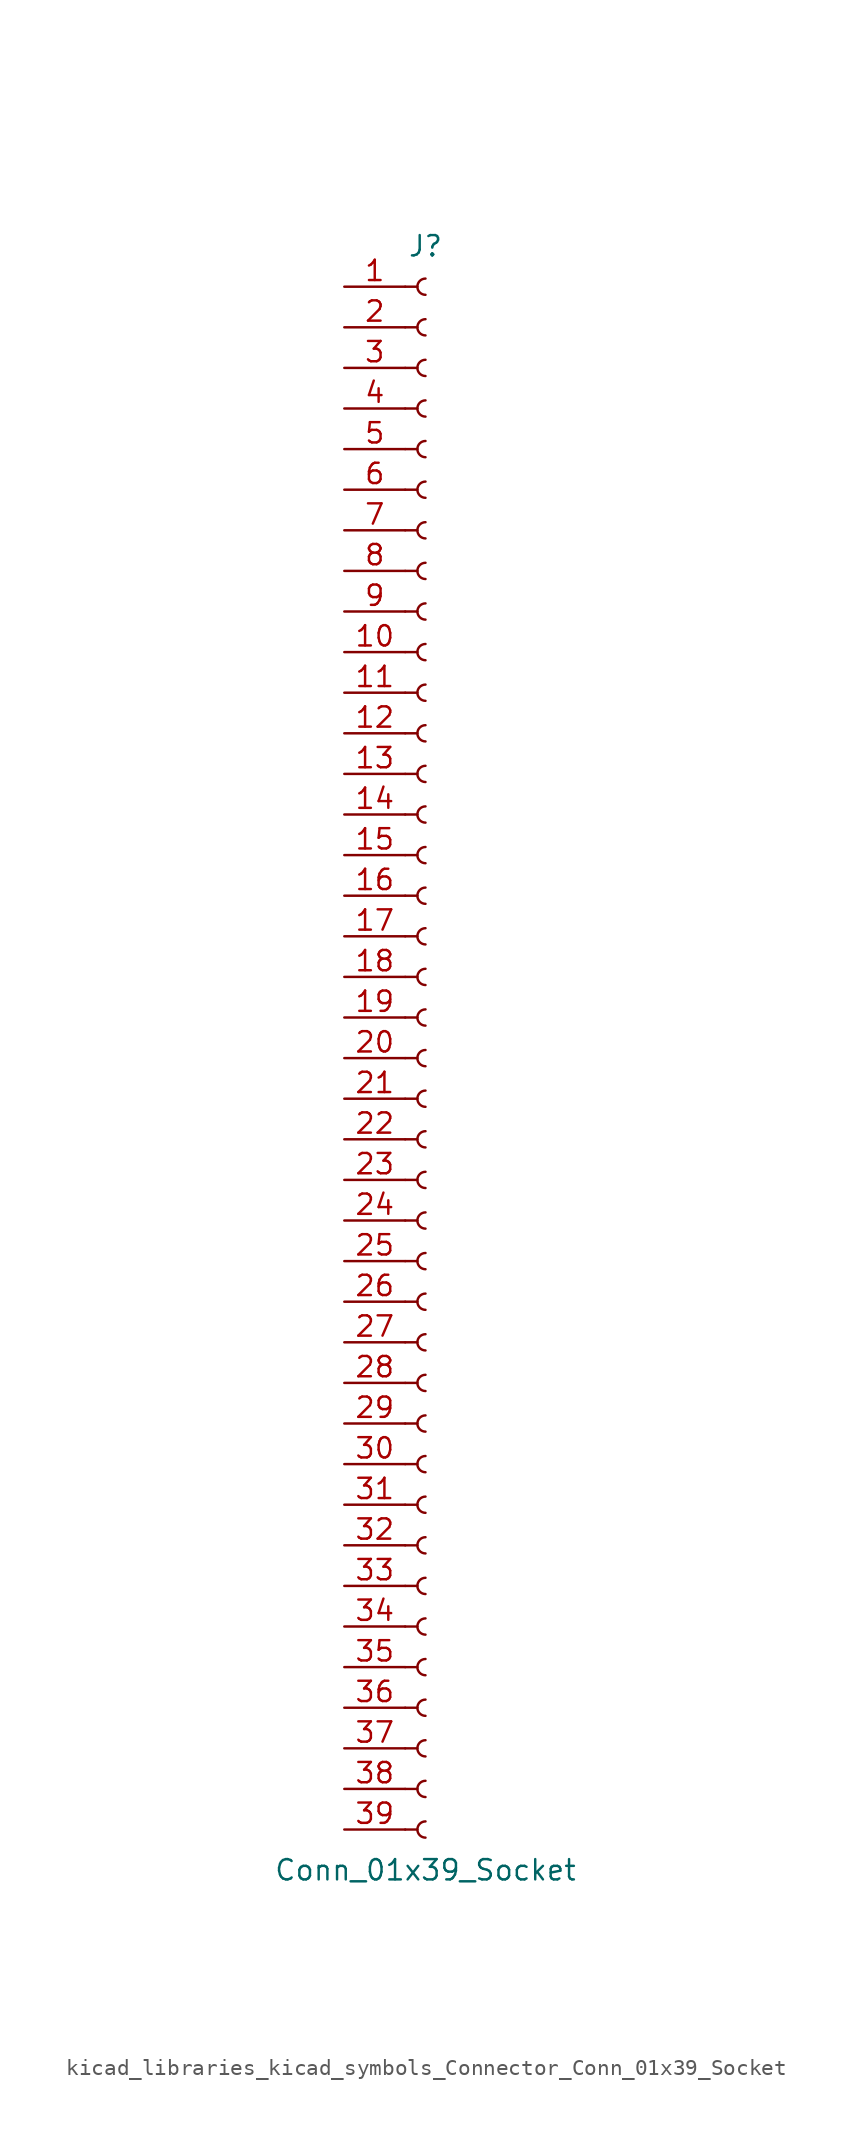
<source format=kicad_sym>
(kicad_symbol_lib
  (version 20220914)
  (generator kicad_symbol_editor)
  (symbol "kicad_libraries_kicad_symbols_Connector_Conn_01x39_Socket"
    (pin_names
      (offset 1.016) hide)
    (property "Reference" "J"
      (at 0 50.8 0)
      (effects (font (size 1.27 1.27))))
    (property "Value" "Conn_01x39_Socket"
      (at 0 -50.8 0)
      (effects (font (size 1.27 1.27))))
    (property "ki_locked" ""
      (at 0 0 0)
      (effects (font (size 1.27 1.27))))
    (symbol "kicad_libraries_kicad_symbols_Connector_Conn_01x39_Socket_1_1"
      (arc (start 0 -47.752) (mid -0.5058 -48.26) (end 0 -48.768) (stroke (width 0.1524) (type default)) (fill (type none)))
      (arc (start 0 -45.212) (mid -0.5058 -45.72) (end 0 -46.228) (stroke (width 0.1524) (type default)) (fill (type none)))
      (arc (start 0 -42.672) (mid -0.5058 -43.18) (end 0 -43.688) (stroke (width 0.1524) (type default)) (fill (type none)))
      (arc (start 0 -40.132) (mid -0.5058 -40.64) (end 0 -41.148) (stroke (width 0.1524) (type default)) (fill (type none)))
      (arc (start 0 -37.592) (mid -0.5058 -38.1) (end 0 -38.608) (stroke (width 0.1524) (type default)) (fill (type none)))
      (arc (start 0 -35.052) (mid -0.5058 -35.56) (end 0 -36.068) (stroke (width 0.1524) (type default)) (fill (type none)))
      (arc (start 0 -32.512) (mid -0.5058 -33.02) (end 0 -33.528) (stroke (width 0.1524) (type default)) (fill (type none)))
      (arc (start 0 -29.972) (mid -0.5058 -30.48) (end 0 -30.988) (stroke (width 0.1524) (type default)) (fill (type none)))
      (arc (start 0 -27.432) (mid -0.5058 -27.94) (end 0 -28.448) (stroke (width 0.1524) (type default)) (fill (type none)))
      (arc (start 0 -24.892) (mid -0.5058 -25.4) (end 0 -25.908) (stroke (width 0.1524) (type default)) (fill (type none)))
      (arc (start 0 -22.352) (mid -0.5058 -22.86) (end 0 -23.368) (stroke (width 0.1524) (type default)) (fill (type none)))
      (arc (start 0 -19.812) (mid -0.5058 -20.32) (end 0 -20.828) (stroke (width 0.1524) (type default)) (fill (type none)))
      (arc (start 0 -17.272) (mid -0.5058 -17.78) (end 0 -18.288) (stroke (width 0.1524) (type default)) (fill (type none)))
      (arc (start 0 -14.732) (mid -0.5058 -15.24) (end 0 -15.748) (stroke (width 0.1524) (type default)) (fill (type none)))
      (arc (start 0 -12.192) (mid -0.5058 -12.7) (end 0 -13.208) (stroke (width 0.1524) (type default)) (fill (type none)))
      (arc (start 0 -9.652) (mid -0.5058 -10.16) (end 0 -10.668) (stroke (width 0.1524) (type default)) (fill (type none)))
      (arc (start 0 -7.112) (mid -0.5058 -7.62) (end 0 -8.128) (stroke (width 0.1524) (type default)) (fill (type none)))
      (arc (start 0 -4.572) (mid -0.5058 -5.08) (end 0 -5.588) (stroke (width 0.1524) (type default)) (fill (type none)))
      (arc (start 0 -2.032) (mid -0.5058 -2.54) (end 0 -3.048) (stroke (width 0.1524) (type default)) (fill (type none)))
      (polyline (pts (xy -1.27 -48.26) (xy -0.508 -48.26)) (stroke (width 0.152) (type default)) (fill (type none)))
      (polyline (pts (xy -1.27 -45.72) (xy -0.508 -45.72)) (stroke (width 0.152) (type default)) (fill (type none)))
      (polyline (pts (xy -1.27 -43.18) (xy -0.508 -43.18)) (stroke (width 0.152) (type default)) (fill (type none)))
      (polyline (pts (xy -1.27 -40.64) (xy -0.508 -40.64)) (stroke (width 0.152) (type default)) (fill (type none)))
      (polyline (pts (xy -1.27 -38.1) (xy -0.508 -38.1)) (stroke (width 0.152) (type default)) (fill (type none)))
      (polyline (pts (xy -1.27 -35.56) (xy -0.508 -35.56)) (stroke (width 0.152) (type default)) (fill (type none)))
      (polyline (pts (xy -1.27 -33.02) (xy -0.508 -33.02)) (stroke (width 0.152) (type default)) (fill (type none)))
      (polyline (pts (xy -1.27 -30.48) (xy -0.508 -30.48)) (stroke (width 0.152) (type default)) (fill (type none)))
      (polyline (pts (xy -1.27 -27.94) (xy -0.508 -27.94)) (stroke (width 0.152) (type default)) (fill (type none)))
      (polyline (pts (xy -1.27 -25.4) (xy -0.508 -25.4)) (stroke (width 0.152) (type default)) (fill (type none)))
      (polyline (pts (xy -1.27 -22.86) (xy -0.508 -22.86)) (stroke (width 0.152) (type default)) (fill (type none)))
      (polyline (pts (xy -1.27 -20.32) (xy -0.508 -20.32)) (stroke (width 0.152) (type default)) (fill (type none)))
      (polyline (pts (xy -1.27 -17.78) (xy -0.508 -17.78)) (stroke (width 0.152) (type default)) (fill (type none)))
      (polyline (pts (xy -1.27 -15.24) (xy -0.508 -15.24)) (stroke (width 0.152) (type default)) (fill (type none)))
      (polyline (pts (xy -1.27 -12.7) (xy -0.508 -12.7)) (stroke (width 0.152) (type default)) (fill (type none)))
      (polyline (pts (xy -1.27 -10.16) (xy -0.508 -10.16)) (stroke (width 0.152) (type default)) (fill (type none)))
      (polyline (pts (xy -1.27 -7.62) (xy -0.508 -7.62)) (stroke (width 0.152) (type default)) (fill (type none)))
      (polyline (pts (xy -1.27 -5.08) (xy -0.508 -5.08)) (stroke (width 0.152) (type default)) (fill (type none)))
      (polyline (pts (xy -1.27 -2.54) (xy -0.508 -2.54)) (stroke (width 0.152) (type default)) (fill (type none)))
      (polyline (pts (xy -1.27 0) (xy -0.508 0)) (stroke (width 0.152) (type default)) (fill (type none)))
      (polyline (pts (xy -1.27 2.54) (xy -0.508 2.54)) (stroke (width 0.152) (type default)) (fill (type none)))
      (polyline (pts (xy -1.27 5.08) (xy -0.508 5.08)) (stroke (width 0.152) (type default)) (fill (type none)))
      (polyline (pts (xy -1.27 7.62) (xy -0.508 7.62)) (stroke (width 0.152) (type default)) (fill (type none)))
      (polyline (pts (xy -1.27 10.16) (xy -0.508 10.16)) (stroke (width 0.152) (type default)) (fill (type none)))
      (polyline (pts (xy -1.27 12.7) (xy -0.508 12.7)) (stroke (width 0.152) (type default)) (fill (type none)))
      (polyline (pts (xy -1.27 15.24) (xy -0.508 15.24)) (stroke (width 0.152) (type default)) (fill (type none)))
      (polyline (pts (xy -1.27 17.78) (xy -0.508 17.78)) (stroke (width 0.152) (type default)) (fill (type none)))
      (polyline (pts (xy -1.27 20.32) (xy -0.508 20.32)) (stroke (width 0.152) (type default)) (fill (type none)))
      (polyline (pts (xy -1.27 22.86) (xy -0.508 22.86)) (stroke (width 0.152) (type default)) (fill (type none)))
      (polyline (pts (xy -1.27 25.4) (xy -0.508 25.4)) (stroke (width 0.152) (type default)) (fill (type none)))
      (polyline (pts (xy -1.27 27.94) (xy -0.508 27.94)) (stroke (width 0.152) (type default)) (fill (type none)))
      (polyline (pts (xy -1.27 30.48) (xy -0.508 30.48)) (stroke (width 0.152) (type default)) (fill (type none)))
      (polyline (pts (xy -1.27 33.02) (xy -0.508 33.02)) (stroke (width 0.152) (type default)) (fill (type none)))
      (polyline (pts (xy -1.27 35.56) (xy -0.508 35.56)) (stroke (width 0.152) (type default)) (fill (type none)))
      (polyline (pts (xy -1.27 38.1) (xy -0.508 38.1)) (stroke (width 0.152) (type default)) (fill (type none)))
      (polyline (pts (xy -1.27 40.64) (xy -0.508 40.64)) (stroke (width 0.152) (type default)) (fill (type none)))
      (polyline (pts (xy -1.27 43.18) (xy -0.508 43.18)) (stroke (width 0.152) (type default)) (fill (type none)))
      (polyline (pts (xy -1.27 45.72) (xy -0.508 45.72)) (stroke (width 0.152) (type default)) (fill (type none)))
      (polyline (pts (xy -1.27 48.26) (xy -0.508 48.26)) (stroke (width 0.152) (type default)) (fill (type none)))
      (arc (start 0 0.508) (mid -0.5058 0) (end 0 -0.508) (stroke (width 0.1524) (type default)) (fill (type none)))
      (arc (start 0 3.048) (mid -0.5058 2.54) (end 0 2.032) (stroke (width 0.1524) (type default)) (fill (type none)))
      (arc (start 0 5.588) (mid -0.5058 5.08) (end 0 4.572) (stroke (width 0.1524) (type default)) (fill (type none)))
      (arc (start 0 8.128) (mid -0.5058 7.62) (end 0 7.112) (stroke (width 0.1524) (type default)) (fill (type none)))
      (arc (start 0 10.668) (mid -0.5058 10.16) (end 0 9.652) (stroke (width 0.1524) (type default)) (fill (type none)))
      (arc (start 0 13.208) (mid -0.5058 12.7) (end 0 12.192) (stroke (width 0.1524) (type default)) (fill (type none)))
      (arc (start 0 15.748) (mid -0.5058 15.24) (end 0 14.732) (stroke (width 0.1524) (type default)) (fill (type none)))
      (arc (start 0 18.288) (mid -0.5058 17.78) (end 0 17.272) (stroke (width 0.1524) (type default)) (fill (type none)))
      (arc (start 0 20.828) (mid -0.5058 20.32) (end 0 19.812) (stroke (width 0.1524) (type default)) (fill (type none)))
      (arc (start 0 23.368) (mid -0.5058 22.86) (end 0 22.352) (stroke (width 0.1524) (type default)) (fill (type none)))
      (arc (start 0 25.908) (mid -0.5058 25.4) (end 0 24.892) (stroke (width 0.1524) (type default)) (fill (type none)))
      (arc (start 0 28.448) (mid -0.5058 27.94) (end 0 27.432) (stroke (width 0.1524) (type default)) (fill (type none)))
      (arc (start 0 30.988) (mid -0.5058 30.48) (end 0 29.972) (stroke (width 0.1524) (type default)) (fill (type none)))
      (arc (start 0 33.528) (mid -0.5058 33.02) (end 0 32.512) (stroke (width 0.1524) (type default)) (fill (type none)))
      (arc (start 0 36.068) (mid -0.5058 35.56) (end 0 35.052) (stroke (width 0.1524) (type default)) (fill (type none)))
      (arc (start 0 38.608) (mid -0.5058 38.1) (end 0 37.592) (stroke (width 0.1524) (type default)) (fill (type none)))
      (arc (start 0 41.148) (mid -0.5058 40.64) (end 0 40.132) (stroke (width 0.1524) (type default)) (fill (type none)))
      (arc (start 0 43.688) (mid -0.5058 43.18) (end 0 42.672) (stroke (width 0.1524) (type default)) (fill (type none)))
      (arc (start 0 46.228) (mid -0.5058 45.72) (end 0 45.212) (stroke (width 0.1524) (type default)) (fill (type none)))
      (arc (start 0 48.768) (mid -0.5058 48.26) (end 0 47.752) (stroke (width 0.1524) (type default)) (fill (type none)))
      (pin passive line (at -5.08 48.26 0) (length 3.81) (name "Pin_1" (effects (font (size 1.27 1.27)))) (number "1" (effects (font (size 1.27 1.27)))))
      (pin passive line (at -5.08 25.4 0) (length 3.81) (name "Pin_10" (effects (font (size 1.27 1.27)))) (number "10" (effects (font (size 1.27 1.27)))))
      (pin passive line (at -5.08 22.86 0) (length 3.81) (name "Pin_11" (effects (font (size 1.27 1.27)))) (number "11" (effects (font (size 1.27 1.27)))))
      (pin passive line (at -5.08 20.32 0) (length 3.81) (name "Pin_12" (effects (font (size 1.27 1.27)))) (number "12" (effects (font (size 1.27 1.27)))))
      (pin passive line (at -5.08 17.78 0) (length 3.81) (name "Pin_13" (effects (font (size 1.27 1.27)))) (number "13" (effects (font (size 1.27 1.27)))))
      (pin passive line (at -5.08 15.24 0) (length 3.81) (name "Pin_14" (effects (font (size 1.27 1.27)))) (number "14" (effects (font (size 1.27 1.27)))))
      (pin passive line (at -5.08 12.7 0) (length 3.81) (name "Pin_15" (effects (font (size 1.27 1.27)))) (number "15" (effects (font (size 1.27 1.27)))))
      (pin passive line (at -5.08 10.16 0) (length 3.81) (name "Pin_16" (effects (font (size 1.27 1.27)))) (number "16" (effects (font (size 1.27 1.27)))))
      (pin passive line (at -5.08 7.62 0) (length 3.81) (name "Pin_17" (effects (font (size 1.27 1.27)))) (number "17" (effects (font (size 1.27 1.27)))))
      (pin passive line (at -5.08 5.08 0) (length 3.81) (name "Pin_18" (effects (font (size 1.27 1.27)))) (number "18" (effects (font (size 1.27 1.27)))))
      (pin passive line (at -5.08 2.54 0) (length 3.81) (name "Pin_19" (effects (font (size 1.27 1.27)))) (number "19" (effects (font (size 1.27 1.27)))))
      (pin passive line (at -5.08 45.72 0) (length 3.81) (name "Pin_2" (effects (font (size 1.27 1.27)))) (number "2" (effects (font (size 1.27 1.27)))))
      (pin passive line (at -5.08 0 0) (length 3.81) (name "Pin_20" (effects (font (size 1.27 1.27)))) (number "20" (effects (font (size 1.27 1.27)))))
      (pin passive line (at -5.08 -2.54 0) (length 3.81) (name "Pin_21" (effects (font (size 1.27 1.27)))) (number "21" (effects (font (size 1.27 1.27)))))
      (pin passive line (at -5.08 -5.08 0) (length 3.81) (name "Pin_22" (effects (font (size 1.27 1.27)))) (number "22" (effects (font (size 1.27 1.27)))))
      (pin passive line (at -5.08 -7.62 0) (length 3.81) (name "Pin_23" (effects (font (size 1.27 1.27)))) (number "23" (effects (font (size 1.27 1.27)))))
      (pin passive line (at -5.08 -10.16 0) (length 3.81) (name "Pin_24" (effects (font (size 1.27 1.27)))) (number "24" (effects (font (size 1.27 1.27)))))
      (pin passive line (at -5.08 -12.7 0) (length 3.81) (name "Pin_25" (effects (font (size 1.27 1.27)))) (number "25" (effects (font (size 1.27 1.27)))))
      (pin passive line (at -5.08 -15.24 0) (length 3.81) (name "Pin_26" (effects (font (size 1.27 1.27)))) (number "26" (effects (font (size 1.27 1.27)))))
      (pin passive line (at -5.08 -17.78 0) (length 3.81) (name "Pin_27" (effects (font (size 1.27 1.27)))) (number "27" (effects (font (size 1.27 1.27)))))
      (pin passive line (at -5.08 -20.32 0) (length 3.81) (name "Pin_28" (effects (font (size 1.27 1.27)))) (number "28" (effects (font (size 1.27 1.27)))))
      (pin passive line (at -5.08 -22.86 0) (length 3.81) (name "Pin_29" (effects (font (size 1.27 1.27)))) (number "29" (effects (font (size 1.27 1.27)))))
      (pin passive line (at -5.08 43.18 0) (length 3.81) (name "Pin_3" (effects (font (size 1.27 1.27)))) (number "3" (effects (font (size 1.27 1.27)))))
      (pin passive line (at -5.08 -25.4 0) (length 3.81) (name "Pin_30" (effects (font (size 1.27 1.27)))) (number "30" (effects (font (size 1.27 1.27)))))
      (pin passive line (at -5.08 -27.94 0) (length 3.81) (name "Pin_31" (effects (font (size 1.27 1.27)))) (number "31" (effects (font (size 1.27 1.27)))))
      (pin passive line (at -5.08 -30.48 0) (length 3.81) (name "Pin_32" (effects (font (size 1.27 1.27)))) (number "32" (effects (font (size 1.27 1.27)))))
      (pin passive line (at -5.08 -33.02 0) (length 3.81) (name "Pin_33" (effects (font (size 1.27 1.27)))) (number "33" (effects (font (size 1.27 1.27)))))
      (pin passive line (at -5.08 -35.56 0) (length 3.81) (name "Pin_34" (effects (font (size 1.27 1.27)))) (number "34" (effects (font (size 1.27 1.27)))))
      (pin passive line (at -5.08 -38.1 0) (length 3.81) (name "Pin_35" (effects (font (size 1.27 1.27)))) (number "35" (effects (font (size 1.27 1.27)))))
      (pin passive line (at -5.08 -40.64 0) (length 3.81) (name "Pin_36" (effects (font (size 1.27 1.27)))) (number "36" (effects (font (size 1.27 1.27)))))
      (pin passive line (at -5.08 -43.18 0) (length 3.81) (name "Pin_37" (effects (font (size 1.27 1.27)))) (number "37" (effects (font (size 1.27 1.27)))))
      (pin passive line (at -5.08 -45.72 0) (length 3.81) (name "Pin_38" (effects (font (size 1.27 1.27)))) (number "38" (effects (font (size 1.27 1.27)))))
      (pin passive line (at -5.08 -48.26 0) (length 3.81) (name "Pin_39" (effects (font (size 1.27 1.27)))) (number "39" (effects (font (size 1.27 1.27)))))
      (pin passive line (at -5.08 40.64 0) (length 3.81) (name "Pin_4" (effects (font (size 1.27 1.27)))) (number "4" (effects (font (size 1.27 1.27)))))
      (pin passive line (at -5.08 38.1 0) (length 3.81) (name "Pin_5" (effects (font (size 1.27 1.27)))) (number "5" (effects (font (size 1.27 1.27)))))
      (pin passive line (at -5.08 35.56 0) (length 3.81) (name "Pin_6" (effects (font (size 1.27 1.27)))) (number "6" (effects (font (size 1.27 1.27)))))
      (pin passive line (at -5.08 33.02 0) (length 3.81) (name "Pin_7" (effects (font (size 1.27 1.27)))) (number "7" (effects (font (size 1.27 1.27)))))
      (pin passive line (at -5.08 30.48 0) (length 3.81) (name "Pin_8" (effects (font (size 1.27 1.27)))) (number "8" (effects (font (size 1.27 1.27)))))
      (pin passive line (at -5.08 27.94 0) (length 3.81) (name "Pin_9" (effects (font (size 1.27 1.27)))) (number "9" (effects (font (size 1.27 1.27))))))))
</source>
